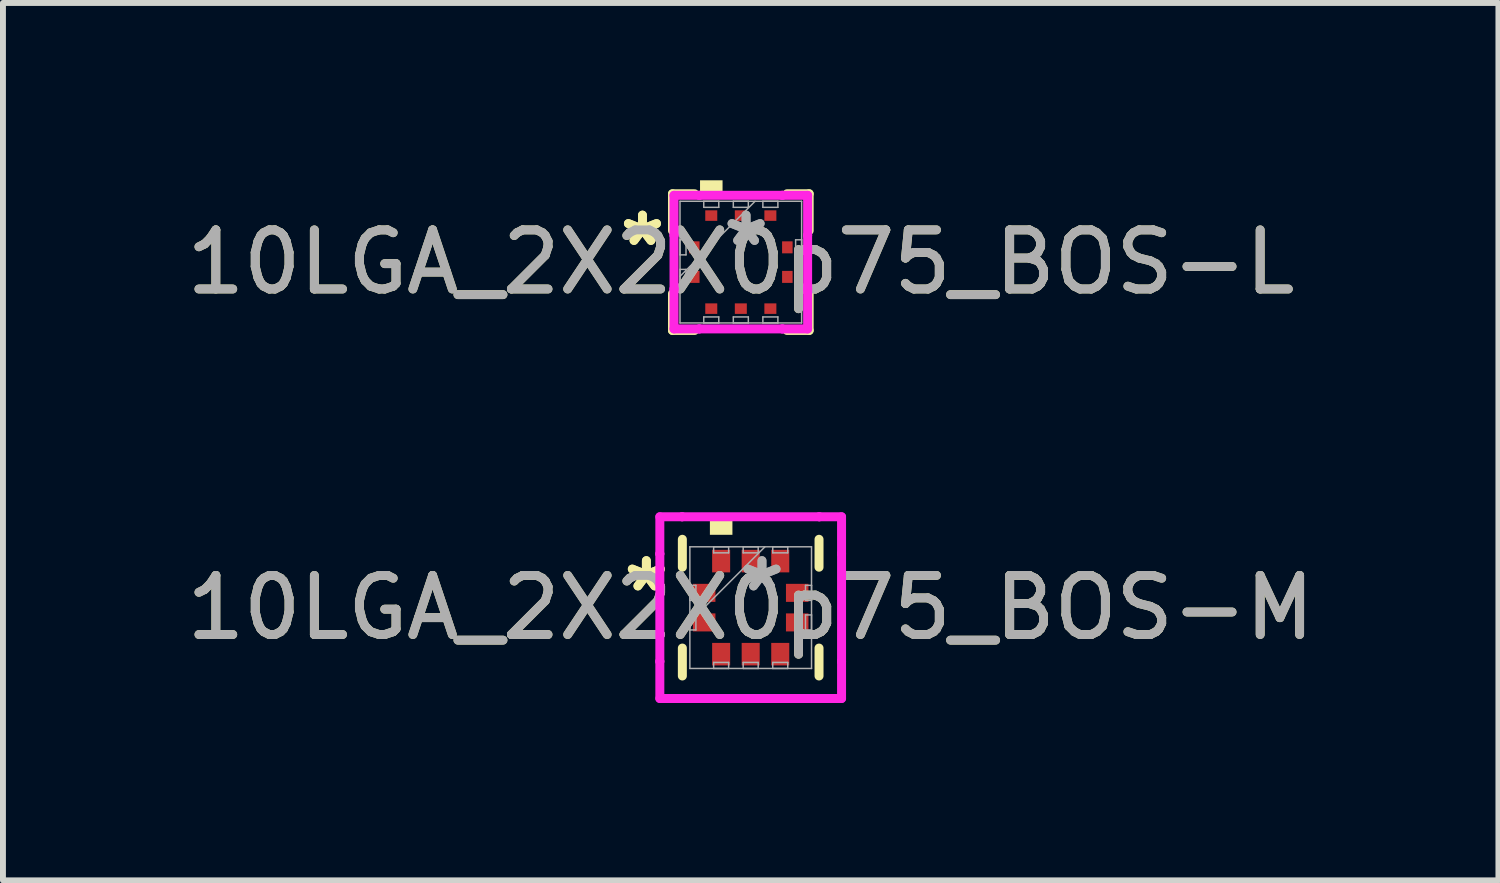
<source format=kicad_pcb>
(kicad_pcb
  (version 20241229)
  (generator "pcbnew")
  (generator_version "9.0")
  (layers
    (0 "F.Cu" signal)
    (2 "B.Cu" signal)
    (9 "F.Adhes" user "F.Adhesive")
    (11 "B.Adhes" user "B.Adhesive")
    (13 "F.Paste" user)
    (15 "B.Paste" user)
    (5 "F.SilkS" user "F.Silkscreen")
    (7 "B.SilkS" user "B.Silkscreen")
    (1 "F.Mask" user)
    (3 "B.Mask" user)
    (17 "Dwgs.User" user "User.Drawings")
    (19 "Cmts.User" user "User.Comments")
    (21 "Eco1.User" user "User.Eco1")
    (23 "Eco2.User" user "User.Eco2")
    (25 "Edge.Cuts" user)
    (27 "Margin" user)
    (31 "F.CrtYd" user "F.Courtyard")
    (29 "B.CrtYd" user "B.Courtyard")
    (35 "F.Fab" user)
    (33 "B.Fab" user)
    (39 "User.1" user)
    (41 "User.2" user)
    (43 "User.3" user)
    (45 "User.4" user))
  (footprint "10LGA_2X2X0p75_BOS-M"
    (layer "F.Cu")
    (at 9.649 7.229)
    (property "Reference" "10LGA_2X2X0p75_BOS-M" (at 0 0 0) (unlocked yes) (layer "F.SilkS") (effects (font (size 1 1) (thickness 0.15))))
    (attr smd)
    (fp_line (start -1.156 -1.156) (end -1.156 -0.684) (stroke (width 0.152) (type solid)) (layer "F.SilkS"))
    (fp_line (start -1.156 0.684) (end -1.156 1.156) (stroke (width 0.152) (type solid)) (layer "F.SilkS"))
    (fp_line (start 1.156 -0.684) (end 1.156 -1.156) (stroke (width 0.152) (type solid)) (layer "F.SilkS"))
    (fp_line (start 1.156 1.156) (end 1.156 0.684) (stroke (width 0.152) (type solid)) (layer "F.SilkS"))
    (fp_poly (pts (xy -0.69 -1.232) (xy -0.69 -1.486) (xy -0.309 -1.486) (xy -0.309 -1.232)) (stroke (width 0) (type solid)) (fill yes) (layer "F.SilkS"))
    (fp_line (start -1.537 -1.537) (end -1.16 -1.537) (stroke (width 0.152) (type solid)) (layer "F.CrtYd"))
    (fp_line (start -1.537 -0.91) (end -1.537 -1.537) (stroke (width 0.152) (type solid)) (layer "F.CrtYd"))
    (fp_line (start -1.537 -0.91) (end -1.537 -0.91) (stroke (width 0.152) (type solid)) (layer "F.CrtYd"))
    (fp_line (start -1.537 0.91) (end -1.537 -0.91) (stroke (width 0.152) (type solid)) (layer "F.CrtYd"))
    (fp_line (start -1.537 0.91) (end -1.537 0.91) (stroke (width 0.152) (type solid)) (layer "F.CrtYd"))
    (fp_line (start -1.537 1.537) (end -1.537 0.91) (stroke (width 0.152) (type solid)) (layer "F.CrtYd"))
    (fp_line (start -1.16 -1.537) (end -1.16 -1.537) (stroke (width 0.152) (type solid)) (layer "F.CrtYd"))
    (fp_line (start -1.16 -1.537) (end 1.16 -1.537) (stroke (width 0.152) (type solid)) (layer "F.CrtYd"))
    (fp_line (start -1.16 1.537) (end -1.537 1.537) (stroke (width 0.152) (type solid)) (layer "F.CrtYd"))
    (fp_line (start -1.16 1.537) (end -1.16 1.537) (stroke (width 0.152) (type solid)) (layer "F.CrtYd"))
    (fp_line (start 1.16 -1.537) (end 1.16 -1.537) (stroke (width 0.152) (type solid)) (layer "F.CrtYd"))
    (fp_line (start 1.16 -1.537) (end 1.537 -1.537) (stroke (width 0.152) (type solid)) (layer "F.CrtYd"))
    (fp_line (start 1.16 1.537) (end -1.16 1.537) (stroke (width 0.152) (type solid)) (layer "F.CrtYd"))
    (fp_line (start 1.16 1.537) (end 1.16 1.537) (stroke (width 0.152) (type solid)) (layer "F.CrtYd"))
    (fp_line (start 1.537 -1.537) (end 1.537 -0.91) (stroke (width 0.152) (type solid)) (layer "F.CrtYd"))
    (fp_line (start 1.537 -0.91) (end 1.537 -0.91) (stroke (width 0.152) (type solid)) (layer "F.CrtYd"))
    (fp_line (start 1.537 -0.91) (end 1.537 0.91) (stroke (width 0.152) (type solid)) (layer "F.CrtYd"))
    (fp_line (start 1.537 0.91) (end 1.537 0.91) (stroke (width 0.152) (type solid)) (layer "F.CrtYd"))
    (fp_line (start 1.537 0.91) (end 1.537 1.537) (stroke (width 0.152) (type solid)) (layer "F.CrtYd"))
    (fp_line (start 1.537 1.537) (end 1.16 1.537) (stroke (width 0.152) (type solid)) (layer "F.CrtYd"))
    (fp_line (start -1.029 -1.029) (end -1.029 1.029) (stroke (width 0.025) (type solid)) (layer "F.Fab"))
    (fp_line (start -1.029 -0.377) (end -0.927 -0.377) (stroke (width 0.025) (type solid)) (layer "F.Fab"))
    (fp_line (start -1.029 -0.123) (end -1.029 -0.377) (stroke (width 0.025) (type solid)) (layer "F.Fab"))
    (fp_line (start -1.029 0.123) (end -0.927 0.123) (stroke (width 0.025) (type solid)) (layer "F.Fab"))
    (fp_line (start -1.029 0.241) (end 0.241 -1.029) (stroke (width 0.025) (type solid)) (layer "F.Fab"))
    (fp_line (start -1.029 0.377) (end -1.029 0.123) (stroke (width 0.025) (type solid)) (layer "F.Fab"))
    (fp_line (start -1.029 1.029) (end 1.029 1.029) (stroke (width 0.025) (type solid)) (layer "F.Fab"))
    (fp_line (start -0.927 -0.377) (end -0.927 -0.123) (stroke (width 0.025) (type solid)) (layer "F.Fab"))
    (fp_line (start -0.927 -0.123) (end -1.029 -0.123) (stroke (width 0.025) (type solid)) (layer "F.Fab"))
    (fp_line (start -0.927 0.123) (end -0.927 0.377) (stroke (width 0.025) (type solid)) (layer "F.Fab"))
    (fp_line (start -0.927 0.377) (end -1.029 0.377) (stroke (width 0.025) (type solid)) (layer "F.Fab"))
    (fp_line (start -0.627 -1.029) (end -0.373 -1.029) (stroke (width 0.025) (type solid)) (layer "F.Fab"))
    (fp_line (start -0.627 -0.927) (end -0.627 -1.029) (stroke (width 0.025) (type solid)) (layer "F.Fab"))
    (fp_line (start -0.627 0.927) (end -0.373 0.927) (stroke (width 0.025) (type solid)) (layer "F.Fab"))
    (fp_line (start -0.627 1.029) (end -0.627 0.927) (stroke (width 0.025) (type solid)) (layer "F.Fab"))
    (fp_line (start -0.373 -1.029) (end -0.373 -0.927) (stroke (width 0.025) (type solid)) (layer "F.Fab"))
    (fp_line (start -0.373 -0.927) (end -0.627 -0.927) (stroke (width 0.025) (type solid)) (layer "F.Fab"))
    (fp_line (start -0.373 0.927) (end -0.373 1.029) (stroke (width 0.025) (type solid)) (layer "F.Fab"))
    (fp_line (start -0.373 1.029) (end -0.627 1.029) (stroke (width 0.025) (type solid)) (layer "F.Fab"))
    (fp_line (start -0.127 -1.029) (end 0.127 -1.029) (stroke (width 0.025) (type solid)) (layer "F.Fab"))
    (fp_line (start -0.127 -0.927) (end -0.127 -1.029) (stroke (width 0.025) (type solid)) (layer "F.Fab"))
    (fp_line (start -0.127 0.927) (end 0.127 0.927) (stroke (width 0.025) (type solid)) (layer "F.Fab"))
    (fp_line (start -0.127 1.029) (end -0.127 0.927) (stroke (width 0.025) (type solid)) (layer "F.Fab"))
    (fp_line (start 0.127 -1.029) (end 0.127 -0.927) (stroke (width 0.025) (type solid)) (layer "F.Fab"))
    (fp_line (start 0.127 -0.927) (end -0.127 -0.927) (stroke (width 0.025) (type solid)) (layer "F.Fab"))
    (fp_line (start 0.127 0.927) (end 0.127 1.029) (stroke (width 0.025) (type solid)) (layer "F.Fab"))
    (fp_line (start 0.127 1.029) (end -0.127 1.029) (stroke (width 0.025) (type solid)) (layer "F.Fab"))
    (fp_line (start 0.373 -1.029) (end 0.627 -1.029) (stroke (width 0.025) (type solid)) (layer "F.Fab"))
    (fp_line (start 0.373 -0.927) (end 0.373 -1.029) (stroke (width 0.025) (type solid)) (layer "F.Fab"))
    (fp_line (start 0.373 0.927) (end 0.627 0.927) (stroke (width 0.025) (type solid)) (layer "F.Fab"))
    (fp_line (start 0.373 1.029) (end 0.373 0.927) (stroke (width 0.025) (type solid)) (layer "F.Fab"))
    (fp_line (start 0.627 -1.029) (end 0.627 -0.927) (stroke (width 0.025) (type solid)) (layer "F.Fab"))
    (fp_line (start 0.627 -0.927) (end 0.373 -0.927) (stroke (width 0.025) (type solid)) (layer "F.Fab"))
    (fp_line (start 0.627 0.927) (end 0.627 1.029) (stroke (width 0.025) (type solid)) (layer "F.Fab"))
    (fp_line (start 0.627 1.029) (end 0.373 1.029) (stroke (width 0.025) (type solid)) (layer "F.Fab"))
    (fp_line (start 0.927 -0.377) (end 1.029 -0.377) (stroke (width 0.025) (type solid)) (layer "F.Fab"))
    (fp_line (start 0.927 -0.123) (end 0.927 -0.377) (stroke (width 0.025) (type solid)) (layer "F.Fab"))
    (fp_line (start 0.927 0.123) (end 1.029 0.123) (stroke (width 0.025) (type solid)) (layer "F.Fab"))
    (fp_line (start 0.927 0.377) (end 0.927 0.123) (stroke (width 0.025) (type solid)) (layer "F.Fab"))
    (fp_line (start 1.029 -1.029) (end -1.029 -1.029) (stroke (width 0.025) (type solid)) (layer "F.Fab"))
    (fp_line (start 1.029 -0.377) (end 1.029 -0.123) (stroke (width 0.025) (type solid)) (layer "F.Fab"))
    (fp_line (start 1.029 -0.123) (end 0.927 -0.123) (stroke (width 0.025) (type solid)) (layer "F.Fab"))
    (fp_line (start 1.029 0.123) (end 1.029 0.377) (stroke (width 0.025) (type solid)) (layer "F.Fab"))
    (fp_line (start 1.029 0.377) (end 0.927 0.377) (stroke (width 0.025) (type solid)) (layer "F.Fab"))
    (fp_line (start 1.029 1.029) (end 1.029 -1.029) (stroke (width 0.025) (type solid)) (layer "F.Fab"))
    (fp_text user "*" (at -1.765 -0.25 0) (unlocked yes) (layer "F.SilkS") (effects (font (size 1 1) (thickness 0.15))))
    (fp_text user "*" (at -1.765 -0.25 0) (layer "F.SilkS") (effects (font (size 1 1) (thickness 0.15))))
    (fp_text user "*" (at 0.191 -0.25 0) (layer "F.Fab") (effects (font (size 1 1) (thickness 0.15))))
    (fp_text user "*" (at 0.191 -0.25 0) (unlocked yes) (layer "F.Fab") (effects (font (size 1 1) (thickness 0.15))))
    (fp_text user "${REFERENCE}" (at 0 0 0) (unlocked yes) (layer "F.Fab") (effects (font (size 1 1) (thickness 0.15))))
    (pad "1" smd rect (at -0.787 -0.25 90) (size 0.305 0.381) (layers "F.Cu" "F.Mask" "F.Paste"))
    (pad "2" smd rect (at -0.787 0.25 90) (size 0.305 0.381) (layers "F.Cu" "F.Mask" "F.Paste"))
    (pad "3" smd rect (at -0.5 0.787) (size 0.305 0.381) (layers "F.Cu" "F.Mask" "F.Paste"))
    (pad "4" smd rect (at 0 0.787) (size 0.305 0.381) (layers "F.Cu" "F.Mask" "F.Paste"))
    (pad "5" smd rect (at 0.5 0.787) (size 0.305 0.381) (layers "F.Cu" "F.Mask" "F.Paste"))
    (pad "6" smd rect (at 0.787 0.25 90) (size 0.305 0.381) (layers "F.Cu" "F.Mask" "F.Paste"))
    (pad "7" smd rect (at 0.787 -0.25 90) (size 0.305 0.381) (layers "F.Cu" "F.Mask" "F.Paste"))
    (pad "8" smd rect (at 0.5 -0.787) (size 0.305 0.381) (layers "F.Cu" "F.Mask" "F.Paste"))
    (pad "9" smd rect (at 0 -0.787) (size 0.305 0.381) (layers "F.Cu" "F.Mask" "F.Paste"))
    (pad "10" smd rect (at -0.5 -0.787) (size 0.305 0.381) (layers "F.Cu" "F.Mask" "F.Paste")))
  (footprint "10LGA_2X2X0p75_BOS-L"
    (layer "F.Cu")
    (at 9.482 1.384)
    (property "Reference" "10LGA_2X2X0p75_BOS-L" (at 0 0 0) (unlocked yes) (layer "F.SilkS") (effects (font (size 1 1) (thickness 0.15))))
    (attr smd)
    (fp_line (start -1.156 -1.156) (end -1.156 -0.532) (stroke (width 0.152) (type solid)) (layer "F.SilkS"))
    (fp_line (start -1.156 0.532) (end -1.156 1.156) (stroke (width 0.152) (type solid)) (layer "F.SilkS"))
    (fp_line (start -1.156 1.156) (end -0.782 1.156) (stroke (width 0.152) (type solid)) (layer "F.SilkS"))
    (fp_line (start -0.782 -1.156) (end -1.156 -1.156) (stroke (width 0.152) (type solid)) (layer "F.SilkS"))
    (fp_line (start 0.782 1.156) (end 1.156 1.156) (stroke (width 0.152) (type solid)) (layer "F.SilkS"))
    (fp_line (start 1.156 -1.156) (end 0.782 -1.156) (stroke (width 0.152) (type solid)) (layer "F.SilkS"))
    (fp_line (start 1.156 -0.532) (end 1.156 -1.156) (stroke (width 0.152) (type solid)) (layer "F.SilkS"))
    (fp_line (start 1.156 1.156) (end 1.156 0.532) (stroke (width 0.152) (type solid)) (layer "F.SilkS"))
    (fp_poly (pts (xy -0.69 -1.13) (xy -0.69 -1.384) (xy -0.309 -1.384) (xy -0.309 -1.13)) (stroke (width 0) (type solid)) (fill yes) (layer "F.SilkS"))
    (fp_line (start -1.13 -1.13) (end -0.703 -1.13) (stroke (width 0.152) (type solid)) (layer "F.CrtYd"))
    (fp_line (start -1.13 -0.453) (end -1.13 -1.13) (stroke (width 0.152) (type solid)) (layer "F.CrtYd"))
    (fp_line (start -1.13 -0.453) (end -1.13 -0.453) (stroke (width 0.152) (type solid)) (layer "F.CrtYd"))
    (fp_line (start -1.13 0.453) (end -1.13 -0.453) (stroke (width 0.152) (type solid)) (layer "F.CrtYd"))
    (fp_line (start -1.13 0.453) (end -1.13 0.453) (stroke (width 0.152) (type solid)) (layer "F.CrtYd"))
    (fp_line (start -1.13 1.13) (end -1.13 0.453) (stroke (width 0.152) (type solid)) (layer "F.CrtYd"))
    (fp_line (start -0.703 -1.13) (end -0.703 -1.13) (stroke (width 0.152) (type solid)) (layer "F.CrtYd"))
    (fp_line (start -0.703 -1.13) (end 0.703 -1.13) (stroke (width 0.152) (type solid)) (layer "F.CrtYd"))
    (fp_line (start -0.703 1.13) (end -1.13 1.13) (stroke (width 0.152) (type solid)) (layer "F.CrtYd"))
    (fp_line (start -0.703 1.13) (end -0.703 1.13) (stroke (width 0.152) (type solid)) (layer "F.CrtYd"))
    (fp_line (start 0.703 -1.13) (end 0.703 -1.13) (stroke (width 0.152) (type solid)) (layer "F.CrtYd"))
    (fp_line (start 0.703 -1.13) (end 1.13 -1.13) (stroke (width 0.152) (type solid)) (layer "F.CrtYd"))
    (fp_line (start 0.703 1.13) (end -0.703 1.13) (stroke (width 0.152) (type solid)) (layer "F.CrtYd"))
    (fp_line (start 0.703 1.13) (end 0.703 1.13) (stroke (width 0.152) (type solid)) (layer "F.CrtYd"))
    (fp_line (start 1.13 -1.13) (end 1.13 -0.453) (stroke (width 0.152) (type solid)) (layer "F.CrtYd"))
    (fp_line (start 1.13 -0.453) (end 1.13 -0.453) (stroke (width 0.152) (type solid)) (layer "F.CrtYd"))
    (fp_line (start 1.13 -0.453) (end 1.13 0.453) (stroke (width 0.152) (type solid)) (layer "F.CrtYd"))
    (fp_line (start 1.13 0.453) (end 1.13 0.453) (stroke (width 0.152) (type solid)) (layer "F.CrtYd"))
    (fp_line (start 1.13 0.453) (end 1.13 1.13) (stroke (width 0.152) (type solid)) (layer "F.CrtYd"))
    (fp_line (start 1.13 1.13) (end 0.703 1.13) (stroke (width 0.152) (type solid)) (layer "F.CrtYd"))
    (fp_line (start -1.029 -1.029) (end -1.029 1.029) (stroke (width 0.025) (type solid)) (layer "F.Fab"))
    (fp_line (start -1.029 -0.377) (end -0.927 -0.377) (stroke (width 0.025) (type solid)) (layer "F.Fab"))
    (fp_line (start -1.029 -0.123) (end -1.029 -0.377) (stroke (width 0.025) (type solid)) (layer "F.Fab"))
    (fp_line (start -1.029 0.123) (end -0.927 0.123) (stroke (width 0.025) (type solid)) (layer "F.Fab"))
    (fp_line (start -1.029 0.241) (end 0.241 -1.029) (stroke (width 0.025) (type solid)) (layer "F.Fab"))
    (fp_line (start -1.029 0.377) (end -1.029 0.123) (stroke (width 0.025) (type solid)) (layer "F.Fab"))
    (fp_line (start -1.029 1.029) (end 1.029 1.029) (stroke (width 0.025) (type solid)) (layer "F.Fab"))
    (fp_line (start -0.927 -0.377) (end -0.927 -0.123) (stroke (width 0.025) (type solid)) (layer "F.Fab"))
    (fp_line (start -0.927 -0.123) (end -1.029 -0.123) (stroke (width 0.025) (type solid)) (layer "F.Fab"))
    (fp_line (start -0.927 0.123) (end -0.927 0.377) (stroke (width 0.025) (type solid)) (layer "F.Fab"))
    (fp_line (start -0.927 0.377) (end -1.029 0.377) (stroke (width 0.025) (type solid)) (layer "F.Fab"))
    (fp_line (start -0.627 -1.029) (end -0.373 -1.029) (stroke (width 0.025) (type solid)) (layer "F.Fab"))
    (fp_line (start -0.627 -0.927) (end -0.627 -1.029) (stroke (width 0.025) (type solid)) (layer "F.Fab"))
    (fp_line (start -0.627 0.927) (end -0.373 0.927) (stroke (width 0.025) (type solid)) (layer "F.Fab"))
    (fp_line (start -0.627 1.029) (end -0.627 0.927) (stroke (width 0.025) (type solid)) (layer "F.Fab"))
    (fp_line (start -0.373 -1.029) (end -0.373 -0.927) (stroke (width 0.025) (type solid)) (layer "F.Fab"))
    (fp_line (start -0.373 -0.927) (end -0.627 -0.927) (stroke (width 0.025) (type solid)) (layer "F.Fab"))
    (fp_line (start -0.373 0.927) (end -0.373 1.029) (stroke (width 0.025) (type solid)) (layer "F.Fab"))
    (fp_line (start -0.373 1.029) (end -0.627 1.029) (stroke (width 0.025) (type solid)) (layer "F.Fab"))
    (fp_line (start -0.127 -1.029) (end 0.127 -1.029) (stroke (width 0.025) (type solid)) (layer "F.Fab"))
    (fp_line (start -0.127 -0.927) (end -0.127 -1.029) (stroke (width 0.025) (type solid)) (layer "F.Fab"))
    (fp_line (start -0.127 0.927) (end 0.127 0.927) (stroke (width 0.025) (type solid)) (layer "F.Fab"))
    (fp_line (start -0.127 1.029) (end -0.127 0.927) (stroke (width 0.025) (type solid)) (layer "F.Fab"))
    (fp_line (start 0.127 -1.029) (end 0.127 -0.927) (stroke (width 0.025) (type solid)) (layer "F.Fab"))
    (fp_line (start 0.127 -0.927) (end -0.127 -0.927) (stroke (width 0.025) (type solid)) (layer "F.Fab"))
    (fp_line (start 0.127 0.927) (end 0.127 1.029) (stroke (width 0.025) (type solid)) (layer "F.Fab"))
    (fp_line (start 0.127 1.029) (end -0.127 1.029) (stroke (width 0.025) (type solid)) (layer "F.Fab"))
    (fp_line (start 0.373 -1.029) (end 0.627 -1.029) (stroke (width 0.025) (type solid)) (layer "F.Fab"))
    (fp_line (start 0.373 -0.927) (end 0.373 -1.029) (stroke (width 0.025) (type solid)) (layer "F.Fab"))
    (fp_line (start 0.373 0.927) (end 0.627 0.927) (stroke (width 0.025) (type solid)) (layer "F.Fab"))
    (fp_line (start 0.373 1.029) (end 0.373 0.927) (stroke (width 0.025) (type solid)) (layer "F.Fab"))
    (fp_line (start 0.627 -1.029) (end 0.627 -0.927) (stroke (width 0.025) (type solid)) (layer "F.Fab"))
    (fp_line (start 0.627 -0.927) (end 0.373 -0.927) (stroke (width 0.025) (type solid)) (layer "F.Fab"))
    (fp_line (start 0.627 0.927) (end 0.627 1.029) (stroke (width 0.025) (type solid)) (layer "F.Fab"))
    (fp_line (start 0.627 1.029) (end 0.373 1.029) (stroke (width 0.025) (type solid)) (layer "F.Fab"))
    (fp_line (start 0.927 -0.377) (end 1.029 -0.377) (stroke (width 0.025) (type solid)) (layer "F.Fab"))
    (fp_line (start 0.927 -0.123) (end 0.927 -0.377) (stroke (width 0.025) (type solid)) (layer "F.Fab"))
    (fp_line (start 0.927 0.123) (end 1.029 0.123) (stroke (width 0.025) (type solid)) (layer "F.Fab"))
    (fp_line (start 0.927 0.377) (end 0.927 0.123) (stroke (width 0.025) (type solid)) (layer "F.Fab"))
    (fp_line (start 1.029 -1.029) (end -1.029 -1.029) (stroke (width 0.025) (type solid)) (layer "F.Fab"))
    (fp_line (start 1.029 -0.377) (end 1.029 -0.123) (stroke (width 0.025) (type solid)) (layer "F.Fab"))
    (fp_line (start 1.029 -0.123) (end 0.927 -0.123) (stroke (width 0.025) (type solid)) (layer "F.Fab"))
    (fp_line (start 1.029 0.123) (end 1.029 0.377) (stroke (width 0.025) (type solid)) (layer "F.Fab"))
    (fp_line (start 1.029 0.377) (end 0.927 0.377) (stroke (width 0.025) (type solid)) (layer "F.Fab"))
    (fp_line (start 1.029 1.029) (end 1.029 -1.029) (stroke (width 0.025) (type solid)) (layer "F.Fab"))
    (fp_text user "*" (at -1.664 -0.25 0) (layer "F.SilkS") (effects (font (size 1 1) (thickness 0.15))))
    (fp_text user "*" (at -1.664 -0.25 0) (unlocked yes) (layer "F.SilkS") (effects (font (size 1 1) (thickness 0.15))))
    (fp_text user "*" (at 0.089 -0.25 0) (layer "F.Fab") (effects (font (size 1 1) (thickness 0.15))))
    (fp_text user "${REFERENCE}" (at 0 0 0) (unlocked yes) (layer "F.Fab") (effects (font (size 1 1) (thickness 0.15))))
    (fp_text user "*" (at 0.089 -0.25 0) (unlocked yes) (layer "F.Fab") (effects (font (size 1 1) (thickness 0.15))))
    (pad "1" smd rect (at -0.787 -0.25 90) (size 0.203 0.178) (layers "F.Cu" "F.Mask" "F.Paste"))
    (pad "2" smd rect (at -0.787 0.25 90) (size 0.203 0.178) (layers "F.Cu" "F.Mask" "F.Paste"))
    (pad "3" smd rect (at -0.5 0.787) (size 0.203 0.178) (layers "F.Cu" "F.Mask" "F.Paste"))
    (pad "4" smd rect (at 0 0.787) (size 0.203 0.178) (layers "F.Cu" "F.Mask" "F.Paste"))
    (pad "5" smd rect (at 0.5 0.787) (size 0.203 0.178) (layers "F.Cu" "F.Mask" "F.Paste"))
    (pad "6" smd rect (at 0.787 0.25 90) (size 0.203 0.178) (layers "F.Cu" "F.Mask" "F.Paste"))
    (pad "7" smd rect (at 0.787 -0.25 90) (size 0.203 0.178) (layers "F.Cu" "F.Mask" "F.Paste"))
    (pad "8" smd rect (at 0.5 -0.787) (size 0.203 0.178) (layers "F.Cu" "F.Mask" "F.Paste"))
    (pad "9" smd rect (at 0 -0.787) (size 0.203 0.178) (layers "F.Cu" "F.Mask" "F.Paste"))
    (pad "10" smd rect (at -0.5 -0.787) (size 0.203 0.178) (layers "F.Cu" "F.Mask" "F.Paste")))
  (gr_rect
    (start -3 -3)
    (end 22.298 11.842)
    (stroke (width 0.1) (type default))
    (fill no)
    (layer "Edge.Cuts")))
</source>
